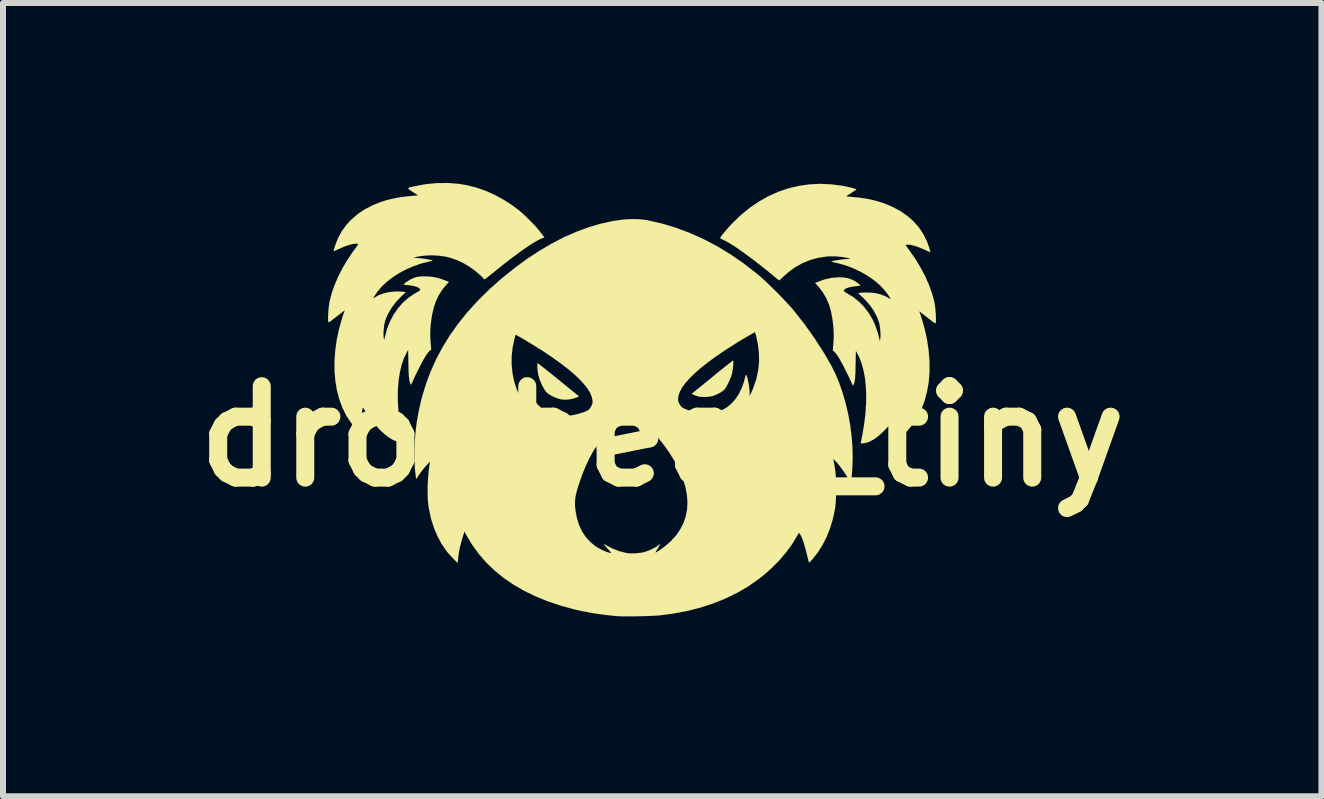
<source format=kicad_pcb>
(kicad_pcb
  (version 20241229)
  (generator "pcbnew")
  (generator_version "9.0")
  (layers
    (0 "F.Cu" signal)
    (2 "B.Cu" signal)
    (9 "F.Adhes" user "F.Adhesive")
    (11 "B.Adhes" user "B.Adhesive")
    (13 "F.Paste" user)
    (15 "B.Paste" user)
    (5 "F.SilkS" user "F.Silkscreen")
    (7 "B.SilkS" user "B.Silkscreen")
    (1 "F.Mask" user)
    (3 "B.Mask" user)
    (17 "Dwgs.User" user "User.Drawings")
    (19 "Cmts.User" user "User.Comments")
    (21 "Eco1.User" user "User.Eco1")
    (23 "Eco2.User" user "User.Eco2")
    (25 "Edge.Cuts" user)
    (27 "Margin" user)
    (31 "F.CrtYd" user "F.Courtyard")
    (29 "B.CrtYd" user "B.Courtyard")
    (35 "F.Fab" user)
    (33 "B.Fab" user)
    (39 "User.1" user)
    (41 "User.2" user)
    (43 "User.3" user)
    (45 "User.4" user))
  (footprint "dropbear_tiny"
    (layer "F.Cu")
    (at 7.99 4.223)
    (property "Reference" "dropbear_tiny" (at 0 0 0) (layer "F.SilkS") (effects (font (size 1.524 1.524) (thickness 0.3))))
    (attr through_hole)
    (fp_poly (pts (xy -0.469 -0.037) (xy -0.437 -0.034) (xy -0.412 -0.029) (xy -0.388 -0.02) (xy -0.383 -0.018) (xy -0.344 0.005) (xy -0.313 0.032) (xy -0.294 0.061) (xy -0.288 0.085) (xy -0.296 0.113) (xy -0.317 0.142) (xy -0.349 0.168) (xy -0.383 0.186) (xy -0.422 0.198) (xy -0.472 0.206) (xy -0.523 0.209) (xy -0.571 0.207) (xy -0.595 0.203) (xy -0.642 0.186) (xy -0.683 0.163) (xy -0.714 0.136) (xy -0.732 0.106) (xy -0.737 0.084) (xy -0.729 0.057) (xy -0.708 0.028) (xy -0.676 0.001) (xy -0.641 -0.018) (xy -0.617 -0.027) (xy -0.592 -0.034) (xy -0.561 -0.037) (xy -0.521 -0.038) (xy -0.512 -0.038) (xy -0.469 -0.037)) (stroke (width 0.001) (type solid)) (fill yes) (layer "F.SilkS"))
    (fp_poly (pts (xy -2.069 -1.214) (xy -2.05 -1.199) (xy -2.019 -1.175) (xy -1.979 -1.144) (xy -1.932 -1.106) (xy -1.877 -1.062) (xy -1.817 -1.014) (xy -1.752 -0.961) (xy -1.728 -0.942) (xy -1.387 -0.665) (xy -1.428 -0.647) (xy -1.497 -0.624) (xy -1.572 -0.612) (xy -1.648 -0.611) (xy -1.685 -0.615) (xy -1.735 -0.628) (xy -1.789 -0.648) (xy -1.842 -0.673) (xy -1.888 -0.7) (xy -1.925 -0.729) (xy -1.936 -0.74) (xy -1.959 -0.772) (xy -1.984 -0.816) (xy -2.01 -0.866) (xy -2.033 -0.92) (xy -2.051 -0.971) (xy -2.057 -0.991) (xy -2.065 -1.022) (xy -2.071 -1.06) (xy -2.077 -1.1) (xy -2.08 -1.139) (xy -2.082 -1.174) (xy -2.082 -1.201) (xy -2.08 -1.217) (xy -2.077 -1.219) (xy -2.069 -1.214)) (stroke (width 0.001) (type solid)) (fill yes) (layer "F.SilkS"))
    (fp_poly (pts (xy 1.184 -1.254) (xy 1.185 -1.233) (xy 1.184 -1.202) (xy 1.181 -1.165) (xy 1.177 -1.125) (xy 1.171 -1.085) (xy 1.164 -1.05) (xy 1.16 -1.033) (xy 1.144 -0.984) (xy 1.122 -0.932) (xy 1.098 -0.879) (xy 1.072 -0.832) (xy 1.048 -0.795) (xy 1.039 -0.783) (xy 1.005 -0.752) (xy 0.958 -0.722) (xy 0.902 -0.694) (xy 0.857 -0.676) (xy 0.814 -0.665) (xy 0.762 -0.658) (xy 0.707 -0.655) (xy 0.654 -0.656) (xy 0.61 -0.662) (xy 0.605 -0.663) (xy 0.571 -0.674) (xy 0.537 -0.686) (xy 0.526 -0.691) (xy 0.49 -0.707) (xy 0.831 -0.984) (xy 0.896 -1.038) (xy 0.958 -1.088) (xy 1.015 -1.133) (xy 1.066 -1.174) (xy 1.108 -1.207) (xy 1.142 -1.234) (xy 1.166 -1.252) (xy 1.178 -1.261) (xy 1.18 -1.262) (xy 1.184 -1.254)) (stroke (width 0.001) (type solid)) (fill yes) (layer "F.SilkS"))
    (fp_poly (pts (xy -3.384 -4.207) (xy -3.26 -4.186) (xy -3.103 -4.147) (xy -2.945 -4.092) (xy -2.789 -4.022) (xy -2.638 -3.94) (xy -2.492 -3.845) (xy -2.377 -3.757) (xy -2.324 -3.711) (xy -2.266 -3.657) (xy -2.207 -3.598) (xy -2.148 -3.537) (xy -2.094 -3.478) (xy -2.047 -3.423) (xy -2.021 -3.39) (xy -1.964 -3.315) (xy -1.992 -3.305) (xy -2.038 -3.286) (xy -2.097 -3.255) (xy -2.165 -3.214) (xy -2.244 -3.162) (xy -2.332 -3.102) (xy -2.427 -3.032) (xy -2.531 -2.955) (xy -2.641 -2.87) (xy -2.756 -2.778) (xy -2.794 -2.747) (xy -2.839 -2.71) (xy -2.88 -2.678) (xy -2.914 -2.651) (xy -2.941 -2.631) (xy -2.958 -2.619) (xy -2.963 -2.616) (xy -2.973 -2.622) (xy -2.984 -2.635) (xy -3.001 -2.655) (xy -3.03 -2.682) (xy -3.066 -2.714) (xy -3.107 -2.748) (xy -3.15 -2.781) (xy -3.192 -2.812) (xy -3.209 -2.824) (xy -3.313 -2.886) (xy -3.422 -2.937) (xy -3.533 -2.976) (xy -3.619 -2.997) (xy -3.723 -3.011) (xy -3.831 -3.017) (xy -3.937 -3.014) (xy -4.038 -3.002) (xy -4.093 -2.991) (xy -4.153 -2.977) (xy -4.077 -2.971) (xy -4.04 -2.968) (xy -3.998 -2.963) (xy -3.954 -2.957) (xy -3.913 -2.95) (xy -3.876 -2.944) (xy -3.847 -2.938) (xy -3.83 -2.932) (xy -3.827 -2.93) (xy -3.835 -2.926) (xy -3.855 -2.92) (xy -3.885 -2.913) (xy -3.901 -2.909) (xy -4.029 -2.877) (xy -4.155 -2.832) (xy -4.278 -2.778) (xy -4.395 -2.715) (xy -4.503 -2.644) (xy -4.601 -2.567) (xy -4.685 -2.486) (xy -4.706 -2.462) (xy -4.731 -2.431) (xy -4.756 -2.399) (xy -4.778 -2.367) (xy -4.797 -2.339) (xy -4.81 -2.318) (xy -4.815 -2.306) (xy -4.814 -2.305) (xy -4.806 -2.307) (xy -4.788 -2.317) (xy -4.778 -2.323) (xy -4.715 -2.357) (xy -4.641 -2.383) (xy -4.558 -2.402) (xy -4.47 -2.412) (xy -4.382 -2.413) (xy -4.315 -2.408) (xy -4.275 -2.402) (xy -4.351 -2.331) (xy -4.433 -2.246) (xy -4.504 -2.154) (xy -4.562 -2.059) (xy -4.606 -1.963) (xy -4.623 -1.912) (xy -4.632 -1.873) (xy -4.639 -1.826) (xy -4.644 -1.775) (xy -4.647 -1.725) (xy -4.647 -1.681) (xy -4.644 -1.646) (xy -4.642 -1.634) (xy -4.634 -1.604) (xy -4.623 -1.655) (xy -4.589 -1.785) (xy -4.541 -1.908) (xy -4.481 -2.022) (xy -4.409 -2.128) (xy -4.328 -2.222) (xy -4.236 -2.304) (xy -4.137 -2.372) (xy -4.097 -2.395) (xy -4.06 -2.416) (xy -4.04 -2.432) (xy -4.034 -2.443) (xy -4.043 -2.461) (xy -4.066 -2.479) (xy -4.103 -2.494) (xy -4.151 -2.507) (xy -4.209 -2.517) (xy -4.243 -2.52) (xy -4.274 -2.523) (xy -4.298 -2.527) (xy -4.309 -2.531) (xy -4.31 -2.532) (xy -4.303 -2.542) (xy -4.284 -2.558) (xy -4.257 -2.576) (xy -4.225 -2.597) (xy -4.192 -2.616) (xy -4.161 -2.631) (xy -4.141 -2.64) (xy -4.111 -2.65) (xy -4.079 -2.657) (xy -4.042 -2.662) (xy -3.994 -2.665) (xy -3.983 -2.665) (xy -3.88 -2.663) (xy -3.781 -2.649) (xy -3.68 -2.621) (xy -3.596 -2.589) (xy -3.556 -2.572) (xy -3.603 -2.522) (xy -3.671 -2.438) (xy -3.729 -2.346) (xy -3.776 -2.244) (xy -3.813 -2.132) (xy -3.84 -2.008) (xy -3.859 -1.871) (xy -3.862 -1.834) (xy -3.866 -1.765) (xy -3.868 -1.703) (xy -3.866 -1.639) (xy -3.862 -1.578) (xy -3.852 -1.447) (xy -3.877 -1.426) (xy -3.892 -1.41) (xy -3.913 -1.383) (xy -3.936 -1.351) (xy -3.945 -1.337) (xy -3.964 -1.306) (xy -3.989 -1.262) (xy -4.017 -1.209) (xy -4.047 -1.151) (xy -4.077 -1.091) (xy -4.107 -1.032) (xy -4.133 -0.976) (xy -4.155 -0.929) (xy -4.162 -0.912) (xy -4.174 -0.886) (xy -4.185 -0.868) (xy -4.192 -0.861) (xy -4.192 -0.862) (xy -4.198 -0.873) (xy -4.205 -0.895) (xy -4.213 -0.923) (xy -4.217 -0.946) (xy -4.221 -0.975) (xy -4.224 -1.012) (xy -4.227 -1.06) (xy -4.229 -1.121) (xy -4.231 -1.196) (xy -4.231 -1.209) (xy -4.235 -1.441) (xy -4.26 -1.397) (xy -4.306 -1.302) (xy -4.344 -1.192) (xy -4.373 -1.071) (xy -4.394 -0.938) (xy -4.406 -0.796) (xy -4.409 -0.644) (xy -4.403 -0.485) (xy -4.388 -0.32) (xy -4.364 -0.149) (xy -4.343 -0.031) (xy -4.334 0.013) (xy -4.327 0.05) (xy -4.321 0.079) (xy -4.318 0.095) (xy -4.318 0.098) (xy -4.326 0.101) (xy -4.345 0.101) (xy -4.372 0.098) (xy -4.403 0.092) (xy -4.419 0.088) (xy -4.483 0.064) (xy -4.552 0.024) (xy -4.623 -0.03) (xy -4.696 -0.096) (xy -4.769 -0.174) (xy -4.841 -0.262) (xy -4.91 -0.359) (xy -4.948 -0.418) (xy -4.967 -0.446) (xy -4.981 -0.468) (xy -4.99 -0.479) (xy -4.992 -0.48) (xy -4.994 -0.471) (xy -4.999 -0.448) (xy -5.005 -0.412) (xy -5.012 -0.367) (xy -5.02 -0.315) (xy -5.025 -0.279) (xy -5.034 -0.223) (xy -5.042 -0.173) (xy -5.049 -0.131) (xy -5.055 -0.1) (xy -5.058 -0.081) (xy -5.06 -0.077) (xy -5.068 -0.08) (xy -5.083 -0.095) (xy -5.105 -0.119) (xy -5.131 -0.151) (xy -5.16 -0.189) (xy -5.189 -0.229) (xy -5.218 -0.27) (xy -5.244 -0.31) (xy -5.267 -0.346) (xy -5.269 -0.35) (xy -5.333 -0.479) (xy -5.384 -0.619) (xy -5.423 -0.767) (xy -5.449 -0.924) (xy -5.463 -1.087) (xy -5.463 -1.256) (xy -5.451 -1.43) (xy -5.426 -1.608) (xy -5.388 -1.787) (xy -5.337 -1.968) (xy -5.318 -2.026) (xy -5.293 -2.1) (xy -5.4 -2.018) (xy -5.439 -1.988) (xy -5.475 -1.961) (xy -5.504 -1.938) (xy -5.525 -1.921) (xy -5.532 -1.916) (xy -5.55 -1.905) (xy -5.563 -1.901) (xy -5.565 -1.902) (xy -5.568 -1.913) (xy -5.57 -1.938) (xy -5.571 -1.973) (xy -5.569 -2.016) (xy -5.567 -2.065) (xy -5.563 -2.115) (xy -5.558 -2.164) (xy -5.552 -2.208) (xy -5.546 -2.246) (xy -5.545 -2.248) (xy -5.511 -2.382) (xy -5.462 -2.522) (xy -5.401 -2.664) (xy -5.328 -2.806) (xy -5.245 -2.945) (xy -5.154 -3.08) (xy -5.132 -3.108) (xy -5.107 -3.143) (xy -5.087 -3.172) (xy -5.073 -3.194) (xy -5.067 -3.206) (xy -5.067 -3.207) (xy -5.077 -3.209) (xy -5.099 -3.211) (xy -5.118 -3.211) (xy -5.16 -3.205) (xy -5.212 -3.192) (xy -5.273 -3.172) (xy -5.339 -3.146) (xy -5.394 -3.121) (xy -5.428 -3.106) (xy -5.454 -3.094) (xy -5.472 -3.087) (xy -5.477 -3.087) (xy -5.477 -3.096) (xy -5.471 -3.119) (xy -5.462 -3.15) (xy -5.449 -3.187) (xy -5.435 -3.227) (xy -5.42 -3.265) (xy -5.406 -3.299) (xy -5.401 -3.31) (xy -5.339 -3.422) (xy -5.263 -3.527) (xy -5.173 -3.622) (xy -5.07 -3.709) (xy -4.955 -3.785) (xy -4.828 -3.851) (xy -4.69 -3.906) (xy -4.607 -3.932) (xy -4.524 -3.954) (xy -4.44 -3.972) (xy -4.351 -3.987) (xy -4.254 -3.999) (xy -4.143 -4.009) (xy -4.137 -4.01) (xy -4.07 -4.015) (xy -4.161 -4.075) (xy -4.197 -4.099) (xy -4.222 -4.116) (xy -4.234 -4.129) (xy -4.233 -4.138) (xy -4.219 -4.146) (xy -4.19 -4.154) (xy -4.145 -4.164) (xy -4.121 -4.169) (xy -3.932 -4.204) (xy -3.747 -4.221) (xy -3.564 -4.222) (xy -3.384 -4.207)) (stroke (width 0.001) (type solid)) (fill yes) (layer "F.SilkS"))
    (fp_poly (pts (xy 2.824 -4.199) (xy 2.986 -4.178) (xy 3.032 -4.17) (xy 3.078 -4.16) (xy 3.124 -4.15) (xy 3.165 -4.14) (xy 3.199 -4.13) (xy 3.224 -4.122) (xy 3.236 -4.117) (xy 3.237 -4.115) (xy 3.228 -4.108) (xy 3.207 -4.094) (xy 3.178 -4.074) (xy 3.147 -4.053) (xy 3.063 -3.998) (xy 3.138 -3.992) (xy 3.287 -3.978) (xy 3.422 -3.957) (xy 3.548 -3.929) (xy 3.666 -3.894) (xy 3.779 -3.851) (xy 3.85 -3.818) (xy 3.978 -3.749) (xy 4.092 -3.669) (xy 4.192 -3.58) (xy 4.279 -3.481) (xy 4.352 -3.372) (xy 4.411 -3.253) (xy 4.45 -3.147) (xy 4.459 -3.114) (xy 4.466 -3.088) (xy 4.469 -3.072) (xy 4.469 -3.07) (xy 4.461 -3.072) (xy 4.441 -3.08) (xy 4.412 -3.093) (xy 4.389 -3.104) (xy 4.325 -3.132) (xy 4.262 -3.157) (xy 4.203 -3.176) (xy 4.151 -3.189) (xy 4.111 -3.194) (xy 4.111 -3.194) (xy 4.084 -3.194) (xy 4.065 -3.192) (xy 4.059 -3.19) (xy 4.062 -3.182) (xy 4.074 -3.163) (xy 4.093 -3.136) (xy 4.117 -3.103) (xy 4.125 -3.092) (xy 4.219 -2.957) (xy 4.304 -2.818) (xy 4.38 -2.675) (xy 4.443 -2.533) (xy 4.495 -2.392) (xy 4.532 -2.257) (xy 4.538 -2.231) (xy 4.544 -2.194) (xy 4.55 -2.149) (xy 4.555 -2.101) (xy 4.559 -2.051) (xy 4.562 -2.002) (xy 4.563 -1.959) (xy 4.563 -1.922) (xy 4.561 -1.897) (xy 4.557 -1.885) (xy 4.557 -1.885) (xy 4.545 -1.886) (xy 4.528 -1.896) (xy 4.524 -1.899) (xy 4.509 -1.911) (xy 4.484 -1.931) (xy 4.451 -1.956) (xy 4.413 -1.985) (xy 4.393 -2.001) (xy 4.285 -2.083) (xy 4.315 -1.996) (xy 4.334 -1.934) (xy 4.355 -1.861) (xy 4.376 -1.783) (xy 4.394 -1.706) (xy 4.409 -1.637) (xy 4.415 -1.609) (xy 4.442 -1.424) (xy 4.456 -1.246) (xy 4.456 -1.073) (xy 4.443 -0.907) (xy 4.416 -0.75) (xy 4.377 -0.6) (xy 4.324 -0.46) (xy 4.259 -0.329) (xy 4.181 -0.209) (xy 4.174 -0.2) (xy 4.141 -0.156) (xy 4.11 -0.119) (xy 4.085 -0.089) (xy 4.066 -0.069) (xy 4.054 -0.06) (xy 4.052 -0.06) (xy 4.049 -0.069) (xy 4.045 -0.093) (xy 4.039 -0.129) (xy 4.031 -0.174) (xy 4.023 -0.226) (xy 4.017 -0.262) (xy 4.009 -0.318) (xy 4.001 -0.368) (xy 3.994 -0.41) (xy 3.989 -0.441) (xy 3.985 -0.46) (xy 3.984 -0.463) (xy 3.979 -0.458) (xy 3.967 -0.441) (xy 3.95 -0.416) (xy 3.941 -0.401) (xy 3.876 -0.303) (xy 3.807 -0.213) (xy 3.736 -0.13) (xy 3.665 -0.058) (xy 3.594 0.004) (xy 3.525 0.053) (xy 3.459 0.088) (xy 3.423 0.102) (xy 3.391 0.11) (xy 3.359 0.116) (xy 3.333 0.119) (xy 3.315 0.118) (xy 3.31 0.115) (xy 3.312 0.106) (xy 3.316 0.083) (xy 3.323 0.049) (xy 3.331 0.008) (xy 3.335 -0.014) (xy 3.365 -0.188) (xy 3.386 -0.357) (xy 3.398 -0.521) (xy 3.401 -0.677) (xy 3.395 -0.826) (xy 3.381 -0.965) (xy 3.357 -1.094) (xy 3.325 -1.212) (xy 3.285 -1.317) (xy 3.253 -1.38) (xy 3.228 -1.424) (xy 3.223 -1.192) (xy 3.222 -1.115) (xy 3.22 -1.052) (xy 3.217 -1.002) (xy 3.214 -0.963) (xy 3.211 -0.933) (xy 3.206 -0.909) (xy 3.205 -0.906) (xy 3.197 -0.877) (xy 3.19 -0.855) (xy 3.185 -0.845) (xy 3.179 -0.849) (xy 3.169 -0.865) (xy 3.156 -0.891) (xy 3.154 -0.895) (xy 3.135 -0.939) (xy 3.11 -0.992) (xy 3.082 -1.05) (xy 3.051 -1.11) (xy 3.021 -1.17) (xy 2.992 -1.225) (xy 2.966 -1.272) (xy 2.945 -1.309) (xy 2.938 -1.32) (xy 2.916 -1.353) (xy 2.894 -1.382) (xy 2.875 -1.404) (xy 2.869 -1.409) (xy 2.844 -1.43) (xy 2.854 -1.561) (xy 2.859 -1.632) (xy 2.86 -1.695) (xy 2.858 -1.758) (xy 2.854 -1.817) (xy 2.838 -1.958) (xy 2.813 -2.085) (xy 2.779 -2.2) (xy 2.734 -2.304) (xy 2.679 -2.398) (xy 2.614 -2.484) (xy 2.595 -2.505) (xy 2.549 -2.555) (xy 2.589 -2.572) (xy 2.705 -2.614) (xy 2.821 -2.64) (xy 2.936 -2.65) (xy 2.948 -2.65) (xy 3.028 -2.646) (xy 3.097 -2.634) (xy 3.161 -2.612) (xy 3.18 -2.603) (xy 3.206 -2.589) (xy 3.234 -2.571) (xy 3.262 -2.552) (xy 3.285 -2.534) (xy 3.299 -2.52) (xy 3.302 -2.515) (xy 3.294 -2.511) (xy 3.274 -2.507) (xy 3.244 -2.504) (xy 3.236 -2.503) (xy 3.173 -2.495) (xy 3.119 -2.484) (xy 3.076 -2.47) (xy 3.045 -2.454) (xy 3.029 -2.436) (xy 3.027 -2.426) (xy 3.035 -2.413) (xy 3.058 -2.396) (xy 3.089 -2.378) (xy 3.189 -2.317) (xy 3.282 -2.242) (xy 3.367 -2.154) (xy 3.442 -2.056) (xy 3.506 -1.95) (xy 3.521 -1.918) (xy 3.547 -1.859) (xy 3.572 -1.79) (xy 3.595 -1.72) (xy 3.612 -1.654) (xy 3.616 -1.638) (xy 3.626 -1.587) (xy 3.634 -1.617) (xy 3.639 -1.646) (xy 3.64 -1.687) (xy 3.638 -1.735) (xy 3.634 -1.786) (xy 3.628 -1.835) (xy 3.62 -1.878) (xy 3.616 -1.895) (xy 3.58 -1.991) (xy 3.53 -2.087) (xy 3.466 -2.18) (xy 3.389 -2.269) (xy 3.344 -2.314) (xy 3.267 -2.385) (xy 3.299 -2.391) (xy 3.339 -2.395) (xy 3.389 -2.396) (xy 3.445 -2.395) (xy 3.5 -2.392) (xy 3.548 -2.386) (xy 3.571 -2.383) (xy 3.639 -2.365) (xy 3.703 -2.341) (xy 3.758 -2.314) (xy 3.771 -2.306) (xy 3.791 -2.294) (xy 3.804 -2.288) (xy 3.807 -2.288) (xy 3.804 -2.297) (xy 3.793 -2.316) (xy 3.776 -2.343) (xy 3.754 -2.374) (xy 3.729 -2.407) (xy 3.703 -2.439) (xy 3.697 -2.447) (xy 3.618 -2.529) (xy 3.524 -2.607) (xy 3.419 -2.679) (xy 3.305 -2.744) (xy 3.184 -2.801) (xy 3.059 -2.848) (xy 2.932 -2.884) (xy 2.892 -2.893) (xy 2.86 -2.9) (xy 2.835 -2.907) (xy 2.821 -2.912) (xy 2.819 -2.913) (xy 2.827 -2.917) (xy 2.849 -2.923) (xy 2.88 -2.929) (xy 2.919 -2.936) (xy 2.962 -2.942) (xy 3.005 -2.948) (xy 3.045 -2.952) (xy 3.069 -2.954) (xy 3.145 -2.96) (xy 3.086 -2.974) (xy 2.995 -2.99) (xy 2.896 -2.999) (xy 2.796 -3) (xy 2.742 -2.997) (xy 2.603 -2.976) (xy 2.469 -2.94) (xy 2.341 -2.888) (xy 2.219 -2.82) (xy 2.103 -2.736) (xy 2.021 -2.663) (xy 1.993 -2.637) (xy 1.971 -2.616) (xy 1.955 -2.603) (xy 1.95 -2.599) (xy 1.942 -2.604) (xy 1.924 -2.618) (xy 1.898 -2.639) (xy 1.866 -2.665) (xy 1.855 -2.674) (xy 1.751 -2.76) (xy 1.648 -2.842) (xy 1.547 -2.92) (xy 1.451 -2.993) (xy 1.359 -3.06) (xy 1.274 -3.12) (xy 1.197 -3.172) (xy 1.128 -3.215) (xy 1.07 -3.249) (xy 1.029 -3.269) (xy 1 -3.283) (xy 0.978 -3.295) (xy 0.966 -3.302) (xy 0.965 -3.304) (xy 0.971 -3.316) (xy 0.986 -3.338) (xy 1.009 -3.368) (xy 1.039 -3.405) (xy 1.073 -3.445) (xy 1.109 -3.486) (xy 1.147 -3.527) (xy 1.177 -3.559) (xy 1.318 -3.694) (xy 1.465 -3.813) (xy 1.619 -3.917) (xy 1.778 -4.006) (xy 1.942 -4.078) (xy 2.111 -4.135) (xy 2.284 -4.175) (xy 2.461 -4.2) (xy 2.641 -4.208) (xy 2.824 -4.199)) (stroke (width 0.001) (type solid)) (fill yes) (layer "F.SilkS"))
    (fp_poly (pts (xy -0.367 -3.617) (xy -0.269 -3.605) (xy -0.233 -3.598) (xy -0.000187 -3.545) (xy 0.231 -3.475) (xy 0.461 -3.389) (xy 0.688 -3.287) (xy 0.913 -3.169) (xy 1.134 -3.035) (xy 1.35 -2.887) (xy 1.562 -2.723) (xy 1.6 -2.692) (xy 1.649 -2.65) (xy 1.707 -2.598) (xy 1.77 -2.537) (xy 1.838 -2.471) (xy 1.908 -2.402) (xy 1.977 -2.332) (xy 2.042 -2.263) (xy 2.102 -2.199) (xy 2.155 -2.141) (xy 2.19 -2.1) (xy 2.37 -1.872) (xy 2.541 -1.631) (xy 2.701 -1.382) (xy 2.817 -1.181) (xy 2.887 -1.041) (xy 2.951 -0.888) (xy 3.008 -0.723) (xy 3.058 -0.55) (xy 3.1 -0.37) (xy 3.133 -0.187) (xy 3.157 -0.002) (xy 3.171 0.182) (xy 3.175 0.343) (xy 3.174 0.395) (xy 3.172 0.452) (xy 3.17 0.511) (xy 3.166 0.569) (xy 3.162 0.624) (xy 3.158 0.674) (xy 3.154 0.716) (xy 3.149 0.747) (xy 3.145 0.766) (xy 3.142 0.77) (xy 3.136 0.764) (xy 3.124 0.746) (xy 3.116 0.73) (xy 3.091 0.687) (xy 3.059 0.637) (xy 3.024 0.584) (xy 2.987 0.533) (xy 2.952 0.486) (xy 2.921 0.448) (xy 2.907 0.433) (xy 2.852 0.377) (xy 2.857 0.406) (xy 2.871 0.485) (xy 2.881 0.552) (xy 2.889 0.614) (xy 2.894 0.675) (xy 2.897 0.739) (xy 2.899 0.812) (xy 2.899 0.872) (xy 2.898 0.965) (xy 2.896 1.045) (xy 2.891 1.117) (xy 2.884 1.184) (xy 2.873 1.25) (xy 2.858 1.32) (xy 2.84 1.394) (xy 2.796 1.539) (xy 2.74 1.68) (xy 2.672 1.812) (xy 2.595 1.935) (xy 2.509 2.045) (xy 2.494 2.062) (xy 2.469 2.088) (xy 2.453 2.101) (xy 2.445 2.101) (xy 2.444 2.1) (xy 2.441 2.088) (xy 2.435 2.062) (xy 2.426 2.026) (xy 2.415 1.982) (xy 2.406 1.947) (xy 2.384 1.861) (xy 2.362 1.786) (xy 2.341 1.723) (xy 2.321 1.674) (xy 2.303 1.64) (xy 2.299 1.635) (xy 2.279 1.608) (xy 2.247 1.665) (xy 2.162 1.804) (xy 2.061 1.941) (xy 1.947 2.074) (xy 1.82 2.201) (xy 1.684 2.321) (xy 1.603 2.384) (xy 1.43 2.505) (xy 1.245 2.612) (xy 1.049 2.707) (xy 0.843 2.79) (xy 0.626 2.859) (xy 0.4 2.916) (xy 0.164 2.959) (xy -0.038 2.985) (xy -0.088 2.989) (xy -0.152 2.993) (xy -0.224 2.996) (xy -0.304 2.998) (xy -0.387 3) (xy -0.47 3.002) (xy -0.551 3.002) (xy -0.626 3.002) (xy -0.692 3.001) (xy -0.747 2.998) (xy -0.775 2.997) (xy -0.912 2.982) (xy -1.055 2.964) (xy -1.198 2.941) (xy -1.335 2.915) (xy -1.461 2.887) (xy -1.465 2.886) (xy -1.695 2.823) (xy -1.912 2.75) (xy -2.117 2.666) (xy -2.308 2.573) (xy -2.485 2.47) (xy -2.65 2.356) (xy -2.8 2.233) (xy -2.938 2.1) (xy -3.061 1.957) (xy -3.171 1.805) (xy -3.257 1.661) (xy -3.297 1.588) (xy -3.321 1.664) (xy -3.349 1.758) (xy -3.372 1.847) (xy -3.388 1.928) (xy -3.399 1.997) (xy -3.401 2.026) (xy -3.404 2.061) (xy -3.407 2.088) (xy -3.41 2.105) (xy -3.412 2.108) (xy -3.421 2.102) (xy -3.438 2.086) (xy -3.462 2.062) (xy -3.49 2.033) (xy -3.52 2.001) (xy -3.549 1.969) (xy -3.575 1.94) (xy -3.595 1.915) (xy -3.6 1.909) (xy -3.681 1.789) (xy -3.751 1.657) (xy -3.81 1.515) (xy -3.856 1.366) (xy -3.889 1.21) (xy -3.9 1.141) (xy -3.902 1.115) (xy -1.455 1.115) (xy -1.454 1.166) (xy -1.448 1.22) (xy -1.448 1.228) (xy -1.425 1.355) (xy -1.39 1.472) (xy -1.342 1.577) (xy -1.281 1.672) (xy -1.208 1.755) (xy -1.122 1.827) (xy -1.095 1.845) (xy -1.049 1.872) (xy -0.997 1.898) (xy -0.945 1.921) (xy -0.897 1.938) (xy -0.869 1.945) (xy -0.858 1.947) (xy -0.853 1.945) (xy -0.855 1.938) (xy -0.866 1.924) (xy -0.887 1.9) (xy -0.901 1.883) (xy -0.927 1.854) (xy -0.95 1.827) (xy -0.967 1.808) (xy -0.973 1.801) (xy -0.973 1.798) (xy -0.96 1.802) (xy -0.938 1.814) (xy -0.928 1.821) (xy -0.825 1.874) (xy -0.713 1.917) (xy -0.598 1.946) (xy -0.572 1.95) (xy -0.536 1.953) (xy -0.489 1.953) (xy -0.436 1.95) (xy -0.383 1.945) (xy -0.334 1.939) (xy -0.296 1.93) (xy -0.23 1.908) (xy -0.165 1.879) (xy -0.106 1.847) (xy -0.074 1.825) (xy -0.053 1.81) (xy -0.038 1.801) (xy -0.034 1.8) (xy -0.038 1.81) (xy -0.049 1.829) (xy -0.065 1.855) (xy -0.066 1.858) (xy -0.09 1.896) (xy -0.105 1.921) (xy -0.112 1.935) (xy -0.109 1.939) (xy -0.098 1.934) (xy -0.078 1.922) (xy -0.071 1.917) (xy 0.046 1.835) (xy 0.147 1.746) (xy 0.232 1.652) (xy 0.301 1.551) (xy 0.355 1.445) (xy 0.393 1.334) (xy 0.415 1.218) (xy 0.421 1.096) (xy 0.411 0.971) (xy 0.386 0.841) (xy 0.344 0.707) (xy 0.287 0.569) (xy 0.214 0.427) (xy 0.124 0.282) (xy 0.123 0.279) (xy 0.067 0.199) (xy 0.008 0.12) (xy -0.052 0.045) (xy -0.112 -0.024) (xy -0.17 -0.087) (xy -0.225 -0.14) (xy -0.275 -0.183) (xy -0.318 -0.213) (xy -0.329 -0.219) (xy -0.405 -0.252) (xy -0.479 -0.268) (xy -0.551 -0.267) (xy -0.621 -0.25) (xy -0.691 -0.216) (xy -0.761 -0.165) (xy -0.768 -0.16) (xy -0.801 -0.132) (xy -0.837 -0.104) (xy -0.868 -0.08) (xy -0.94 -0.021) (xy -1.011 0.053) (xy -1.081 0.143) (xy -1.148 0.246) (xy -1.212 0.362) (xy -1.273 0.49) (xy -1.329 0.627) (xy -1.37 0.741) (xy -1.398 0.826) (xy -1.42 0.899) (xy -1.436 0.961) (xy -1.447 1.016) (xy -1.453 1.066) (xy -1.455 1.115) (xy -3.902 1.115) (xy -3.908 1.049) (xy -3.911 0.947) (xy -3.911 0.836) (xy -3.905 0.722) (xy -3.896 0.61) (xy -3.883 0.502) (xy -3.873 0.445) (xy -3.872 0.434) (xy -3.875 0.431) (xy -3.884 0.437) (xy -3.9 0.453) (xy -3.926 0.48) (xy -3.929 0.483) (xy -3.96 0.518) (xy -3.995 0.561) (xy -4.028 0.605) (xy -4.046 0.63) (xy -4.102 0.713) (xy -4.108 0.672) (xy -4.123 0.538) (xy -4.13 0.393) (xy -4.131 0.239) (xy -4.124 0.08) (xy -4.111 -0.082) (xy -4.091 -0.242) (xy -4.064 -0.397) (xy -4.063 -0.402) (xy -4.01 -0.634) (xy -3.943 -0.858) (xy -3.863 -1.075) (xy -3.808 -1.197) (xy -2.511 -1.197) (xy -2.497 -1.056) (xy -2.47 -0.919) (xy -2.428 -0.788) (xy -2.376 -0.672) (xy -2.355 -0.631) (xy -2.354 -0.679) (xy -2.352 -0.717) (xy -2.348 -0.761) (xy -2.341 -0.808) (xy -2.333 -0.855) (xy -2.325 -0.898) (xy -2.315 -0.935) (xy -2.307 -0.964) (xy -2.299 -0.98) (xy -2.295 -0.982) (xy -2.29 -0.975) (xy -2.283 -0.954) (xy -2.276 -0.926) (xy -2.274 -0.921) (xy -2.24 -0.806) (xy -2.196 -0.702) (xy -2.141 -0.609) (xy -2.078 -0.529) (xy -2.006 -0.462) (xy -1.926 -0.409) (xy -1.839 -0.371) (xy -1.746 -0.347) (xy -1.731 -0.345) (xy -1.682 -0.341) (xy -1.623 -0.34) (xy -1.562 -0.343) (xy -1.506 -0.35) (xy -1.495 -0.351) (xy -1.445 -0.362) (xy -1.392 -0.375) (xy -1.34 -0.391) (xy -1.293 -0.407) (xy -1.255 -0.423) (xy -1.235 -0.434) (xy -1.214 -0.454) (xy -1.192 -0.483) (xy -1.183 -0.5) (xy -1.169 -0.53) (xy -1.162 -0.555) (xy -1.162 -0.584) (xy -1.162 -0.598) (xy -1.164 -0.607) (xy 0.264 -0.607) (xy 0.268 -0.582) (xy 0.279 -0.554) (xy 0.285 -0.542) (xy 0.305 -0.51) (xy 0.327 -0.485) (xy 0.338 -0.476) (xy 0.363 -0.463) (xy 0.402 -0.447) (xy 0.448 -0.431) (xy 0.499 -0.416) (xy 0.55 -0.403) (xy 0.591 -0.394) (xy 0.64 -0.388) (xy 0.698 -0.385) (xy 0.76 -0.385) (xy 0.821 -0.389) (xy 0.875 -0.395) (xy 0.91 -0.403) (xy 0.998 -0.435) (xy 1.08 -0.483) (xy 1.154 -0.545) (xy 1.221 -0.62) (xy 1.278 -0.707) (xy 1.327 -0.806) (xy 1.365 -0.916) (xy 1.377 -0.963) (xy 1.385 -0.993) (xy 1.392 -1.014) (xy 1.397 -1.024) (xy 1.397 -1.024) (xy 1.405 -1.017) (xy 1.413 -0.995) (xy 1.422 -0.962) (xy 1.431 -0.922) (xy 1.44 -0.876) (xy 1.447 -0.829) (xy 1.453 -0.783) (xy 1.456 -0.742) (xy 1.457 -0.721) (xy 1.457 -0.673) (xy 1.473 -0.703) (xy 1.483 -0.723) (xy 1.497 -0.754) (xy 1.513 -0.792) (xy 1.524 -0.819) (xy 1.57 -0.959) (xy 1.601 -1.103) (xy 1.615 -1.249) (xy 1.612 -1.398) (xy 1.593 -1.547) (xy 1.567 -1.666) (xy 1.548 -1.735) (xy 1.513 -1.717) (xy 1.483 -1.701) (xy 1.442 -1.678) (xy 1.391 -1.648) (xy 1.334 -1.614) (xy 1.273 -1.577) (xy 1.211 -1.538) (xy 1.149 -1.499) (xy 1.091 -1.462) (xy 1.038 -1.428) (xy 1.034 -1.425) (xy 0.889 -1.326) (xy 0.76 -1.231) (xy 0.644 -1.14) (xy 0.544 -1.053) (xy 0.459 -0.969) (xy 0.388 -0.89) (xy 0.334 -0.816) (xy 0.295 -0.746) (xy 0.272 -0.681) (xy 0.265 -0.64) (xy 0.264 -0.607) (xy -1.164 -0.607) (xy -1.175 -0.66) (xy -1.203 -0.726) (xy -1.248 -0.798) (xy -1.308 -0.874) (xy -1.383 -0.955) (xy -1.474 -1.04) (xy -1.58 -1.129) (xy -1.702 -1.222) (xy -1.838 -1.319) (xy -1.935 -1.385) (xy -1.985 -1.418) (xy -2.042 -1.454) (xy -2.103 -1.492) (xy -2.166 -1.531) (xy -2.227 -1.568) (xy -2.284 -1.603) (xy -2.335 -1.633) (xy -2.377 -1.657) (xy -2.408 -1.674) (xy -2.41 -1.675) (xy -2.445 -1.693) (xy -2.464 -1.623) (xy -2.494 -1.482) (xy -2.51 -1.339) (xy -2.511 -1.197) (xy -3.808 -1.197) (xy -3.768 -1.285) (xy -3.659 -1.49) (xy -3.535 -1.69) (xy -3.396 -1.884) (xy -3.242 -2.075) (xy -3.072 -2.262) (xy -2.886 -2.445) (xy -2.683 -2.626) (xy -2.65 -2.653) (xy -2.45 -2.813) (xy -2.249 -2.96) (xy -2.046 -3.093) (xy -1.843 -3.212) (xy -1.64 -3.317) (xy -1.438 -3.406) (xy -1.238 -3.481) (xy -1.04 -3.54) (xy -0.846 -3.583) (xy -0.813 -3.589) (xy -0.687 -3.608) (xy -0.572 -3.618) (xy -0.467 -3.621) (xy -0.367 -3.617)) (stroke (width 0.001) (type solid)) (fill yes) (layer "F.SilkS")))
  (gr_rect
    (start -3 -3)
    (end 18.98 10.225)
    (stroke (width 0.1) (type default))
    (fill no)
    (layer "Edge.Cuts")))
</source>
